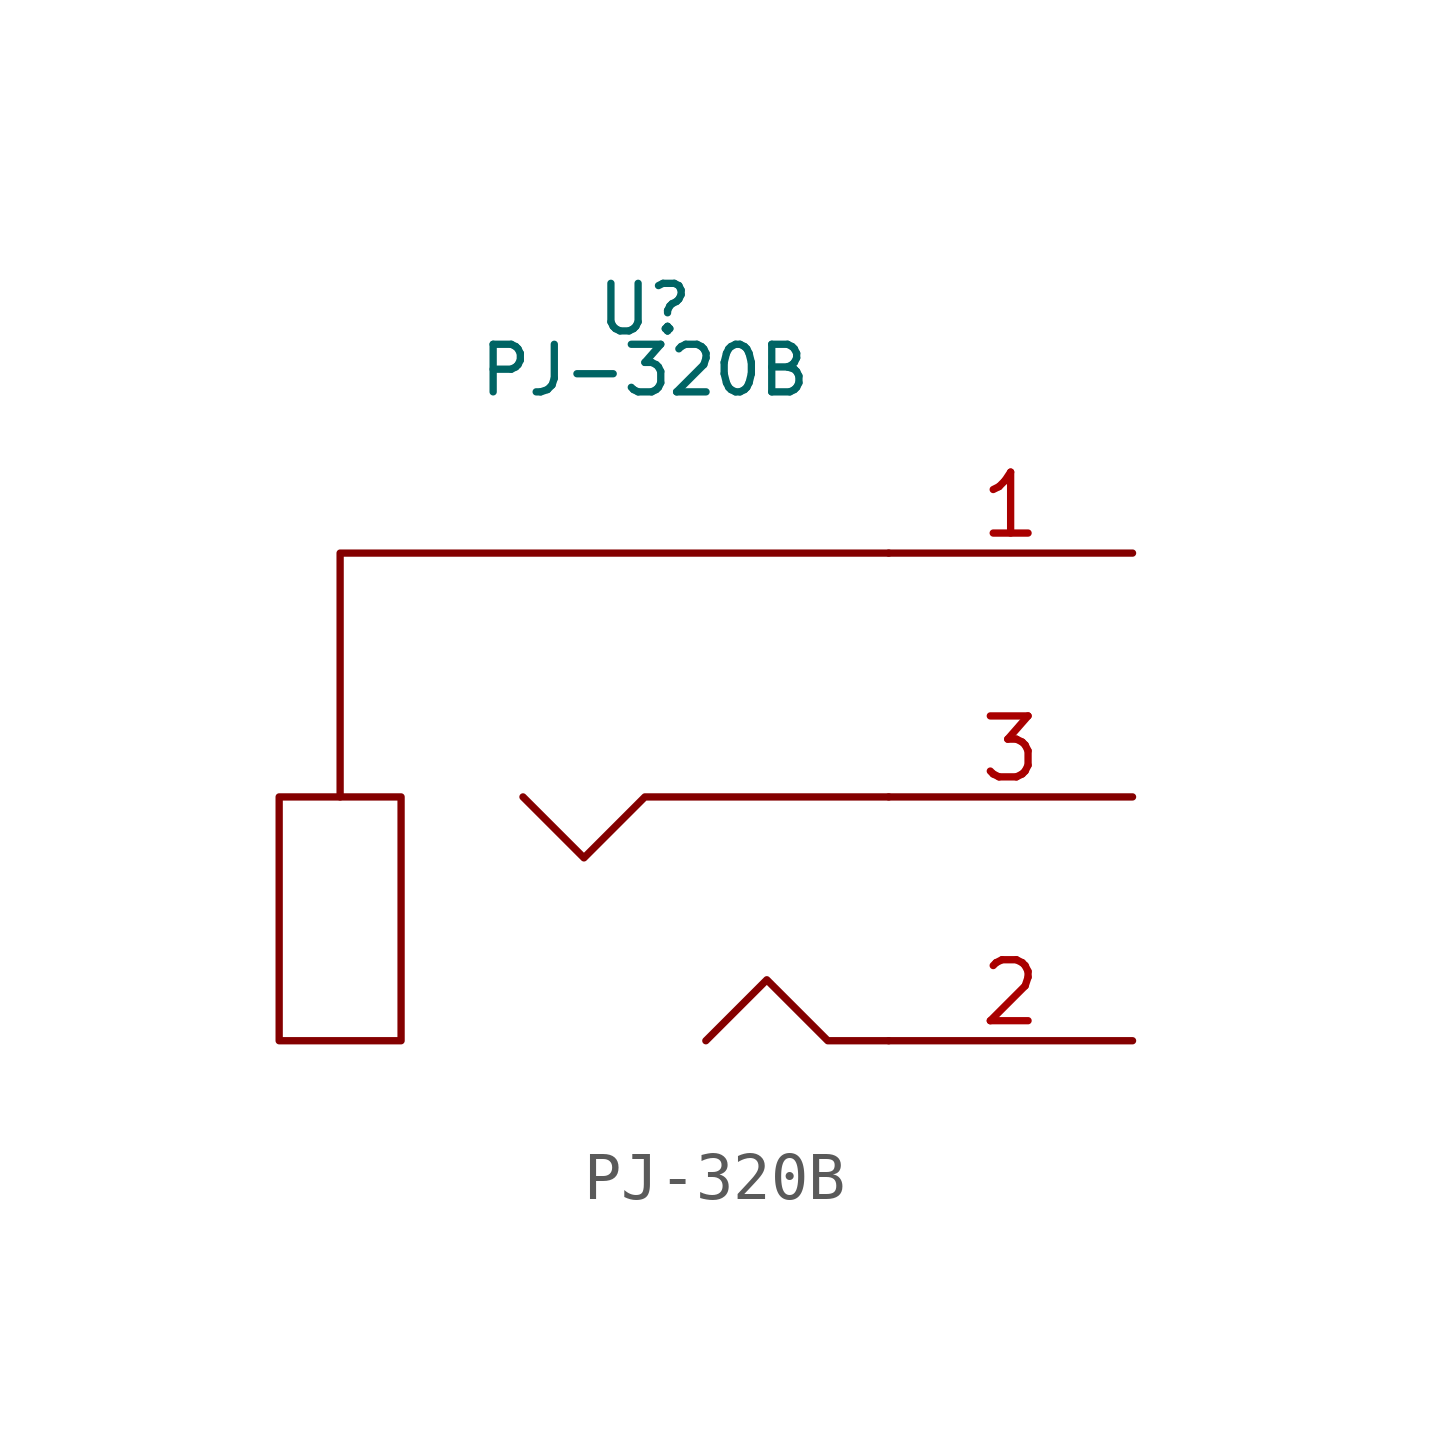
<source format=kicad_sym>
(kicad_symbol_lib
  (version 20211014)
  (generator kicad_symbol_editor)
  (symbol "PJ-320B"
    (pin_names
      (offset 1.016))
    (property "Reference" "U"
      (at 0 12.7 0)
      (effects (font (size 0.991 0.991))))
    (property "Value" "PJ-320B"
      (at 0 11.43 0)
      (effects (font (size 0.991 0.991))))
    (symbol "PJ-320B_0_1"
      (rectangle (start -5.08 2.54) (end -7.62 -2.54) (stroke (width 0) (type default) (color 0 0 0 0)) (fill (type none)))
      (polyline (pts (xy 5.08 7.62) (xy -6.35 7.62) (xy -6.35 2.54)) (stroke (width 0) (type default) (color 0 0 0 0)) (fill (type none)))
      (polyline (pts (xy 1.27 -2.54) (xy 2.54 -1.27) (xy 3.81 -2.54) (xy 5.08 -2.54)) (stroke (width 0) (type default) (color 0 0 0 0)) (fill (type none)))
      (polyline (pts (xy 5.08 2.54) (xy 0 2.54) (xy -1.27 1.27) (xy -2.54 2.54)) (stroke (width 0) (type default) (color 0 0 0 0)) (fill (type none))))
    (symbol "PJ-320B_1_1"
      (pin output line (at 10.16 7.62 180) (length 5.08) (name "~" (effects (font (size 1.27 1.27)))) (number "1" (effects (font (size 1.27 1.27)))))
      (pin output line (at 10.16 -2.54 180) (length 5.08) (name "~" (effects (font (size 1.27 1.27)))) (number "2" (effects (font (size 1.27 1.27)))))
      (pin output line (at 10.16 2.54 180) (length 5.08) (name "~" (effects (font (size 1.27 1.27)))) (number "3" (effects (font (size 1.27 1.27))))))))
</source>
